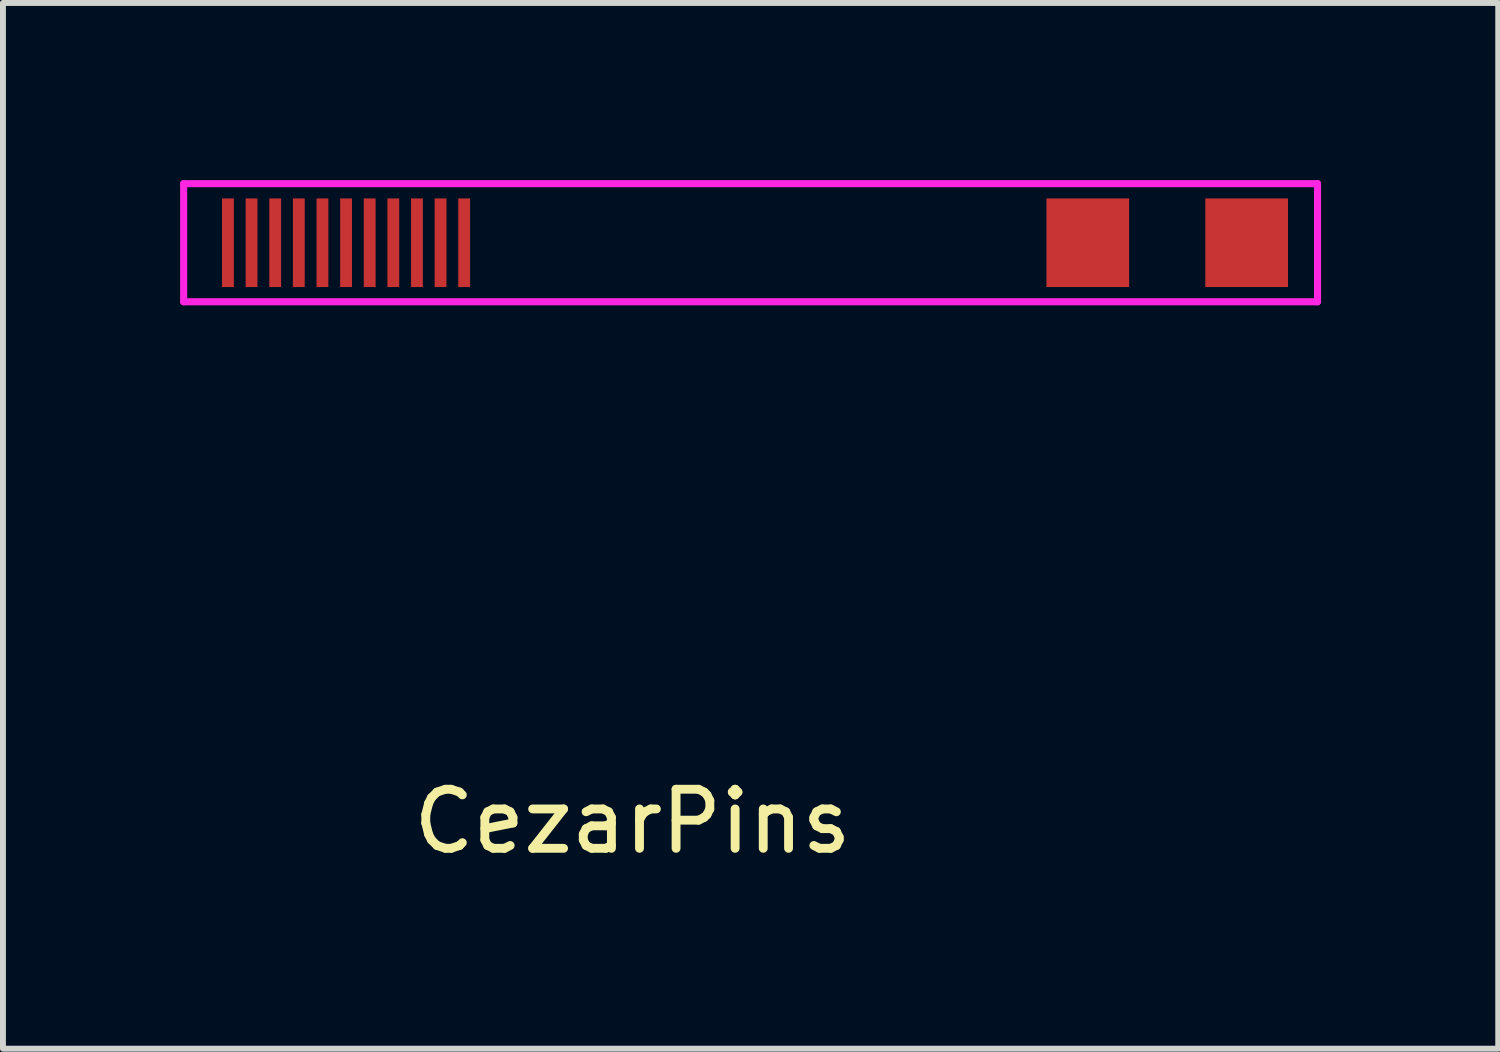
<source format=kicad_pcb>
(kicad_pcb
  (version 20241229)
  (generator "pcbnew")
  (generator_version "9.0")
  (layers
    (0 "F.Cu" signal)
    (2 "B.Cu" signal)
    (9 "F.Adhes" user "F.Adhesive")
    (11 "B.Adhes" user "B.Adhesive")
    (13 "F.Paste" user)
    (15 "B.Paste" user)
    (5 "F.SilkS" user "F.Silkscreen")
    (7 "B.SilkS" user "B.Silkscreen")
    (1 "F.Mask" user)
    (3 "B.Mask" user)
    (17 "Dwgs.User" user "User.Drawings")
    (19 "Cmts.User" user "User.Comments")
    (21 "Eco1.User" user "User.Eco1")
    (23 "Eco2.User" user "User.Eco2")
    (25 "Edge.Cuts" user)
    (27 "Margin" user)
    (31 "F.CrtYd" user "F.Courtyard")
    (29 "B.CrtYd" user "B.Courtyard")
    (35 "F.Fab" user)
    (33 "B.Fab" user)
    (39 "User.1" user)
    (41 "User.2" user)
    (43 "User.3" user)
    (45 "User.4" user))
  (footprint "CezarPins"
    (layer "F.Cu")
    (at 7.66 1.06)
    (property "Reference" "CezarPins" (at 0 9.8 0) (layer "F.SilkS") (effects (font (size 1 1) (thickness 0.15))))
    (attr through_hole)
    (fp_line (start -7.6 -1) (end -7.6 1) (stroke (width 0.12) (type solid)) (layer "F.CrtYd"))
    (fp_line (start -7.6 1) (end 11.6 1) (stroke (width 0.12) (type solid)) (layer "F.CrtYd"))
    (fp_line (start 11.6 -1) (end -7.6 -1) (stroke (width 0.12) (type solid)) (layer "F.CrtYd"))
    (fp_line (start 11.6 1) (end 11.6 -1) (stroke (width 0.12) (type solid)) (layer "F.CrtYd"))
    (pad "3" smd rect (at -6.85 0) (size 0.2 1.5) (layers "F.Cu" "F.Mask" "F.Paste"))
    (pad "4" smd rect (at -6.45 0) (size 0.2 1.5) (layers "F.Cu" "F.Mask" "F.Paste"))
    (pad "5" smd rect (at -6.05 0) (size 0.2 1.5) (layers "F.Cu" "F.Mask" "F.Paste"))
    (pad "6" smd rect (at -5.65 0) (size 0.2 1.5) (layers "F.Cu" "F.Mask" "F.Paste"))
    (pad "7" smd rect (at -5.25 0) (size 0.2 1.5) (layers "F.Cu" "F.Mask" "F.Paste"))
    (pad "8" smd rect (at -4.85 0) (size 0.2 1.5) (layers "F.Cu" "F.Mask" "F.Paste"))
    (pad "9" smd rect (at -4.45 0) (size 0.2 1.5) (layers "F.Cu" "F.Mask" "F.Paste"))
    (pad "10" smd rect (at -4.05 0) (size 0.2 1.5) (layers "F.Cu" "F.Mask" "F.Paste"))
    (pad "11" smd rect (at 10.4 0) (size 1.4 1.5) (layers "F.Cu" "F.Mask" "F.Paste"))
    (pad "12" smd rect (at -3.65 0) (size 0.2 1.5) (layers "F.Cu" "F.Mask" "F.Paste"))
    (pad "13" smd rect (at -3.25 0) (size 0.2 1.5) (layers "F.Cu" "F.Mask" "F.Paste"))
    (pad "14" smd rect (at -2.85 0) (size 0.2 1.5) (layers "F.Cu" "F.Mask" "F.Paste"))
    (pad "15" smd rect (at 7.71 0) (size 1.4 1.5) (layers "F.Cu" "F.Mask" "F.Paste")))
  (gr_rect
    (start -3 -3)
    (end 22.32 14.708)
    (stroke (width 0.1) (type default))
    (fill no)
    (layer "Edge.Cuts")))
</source>
